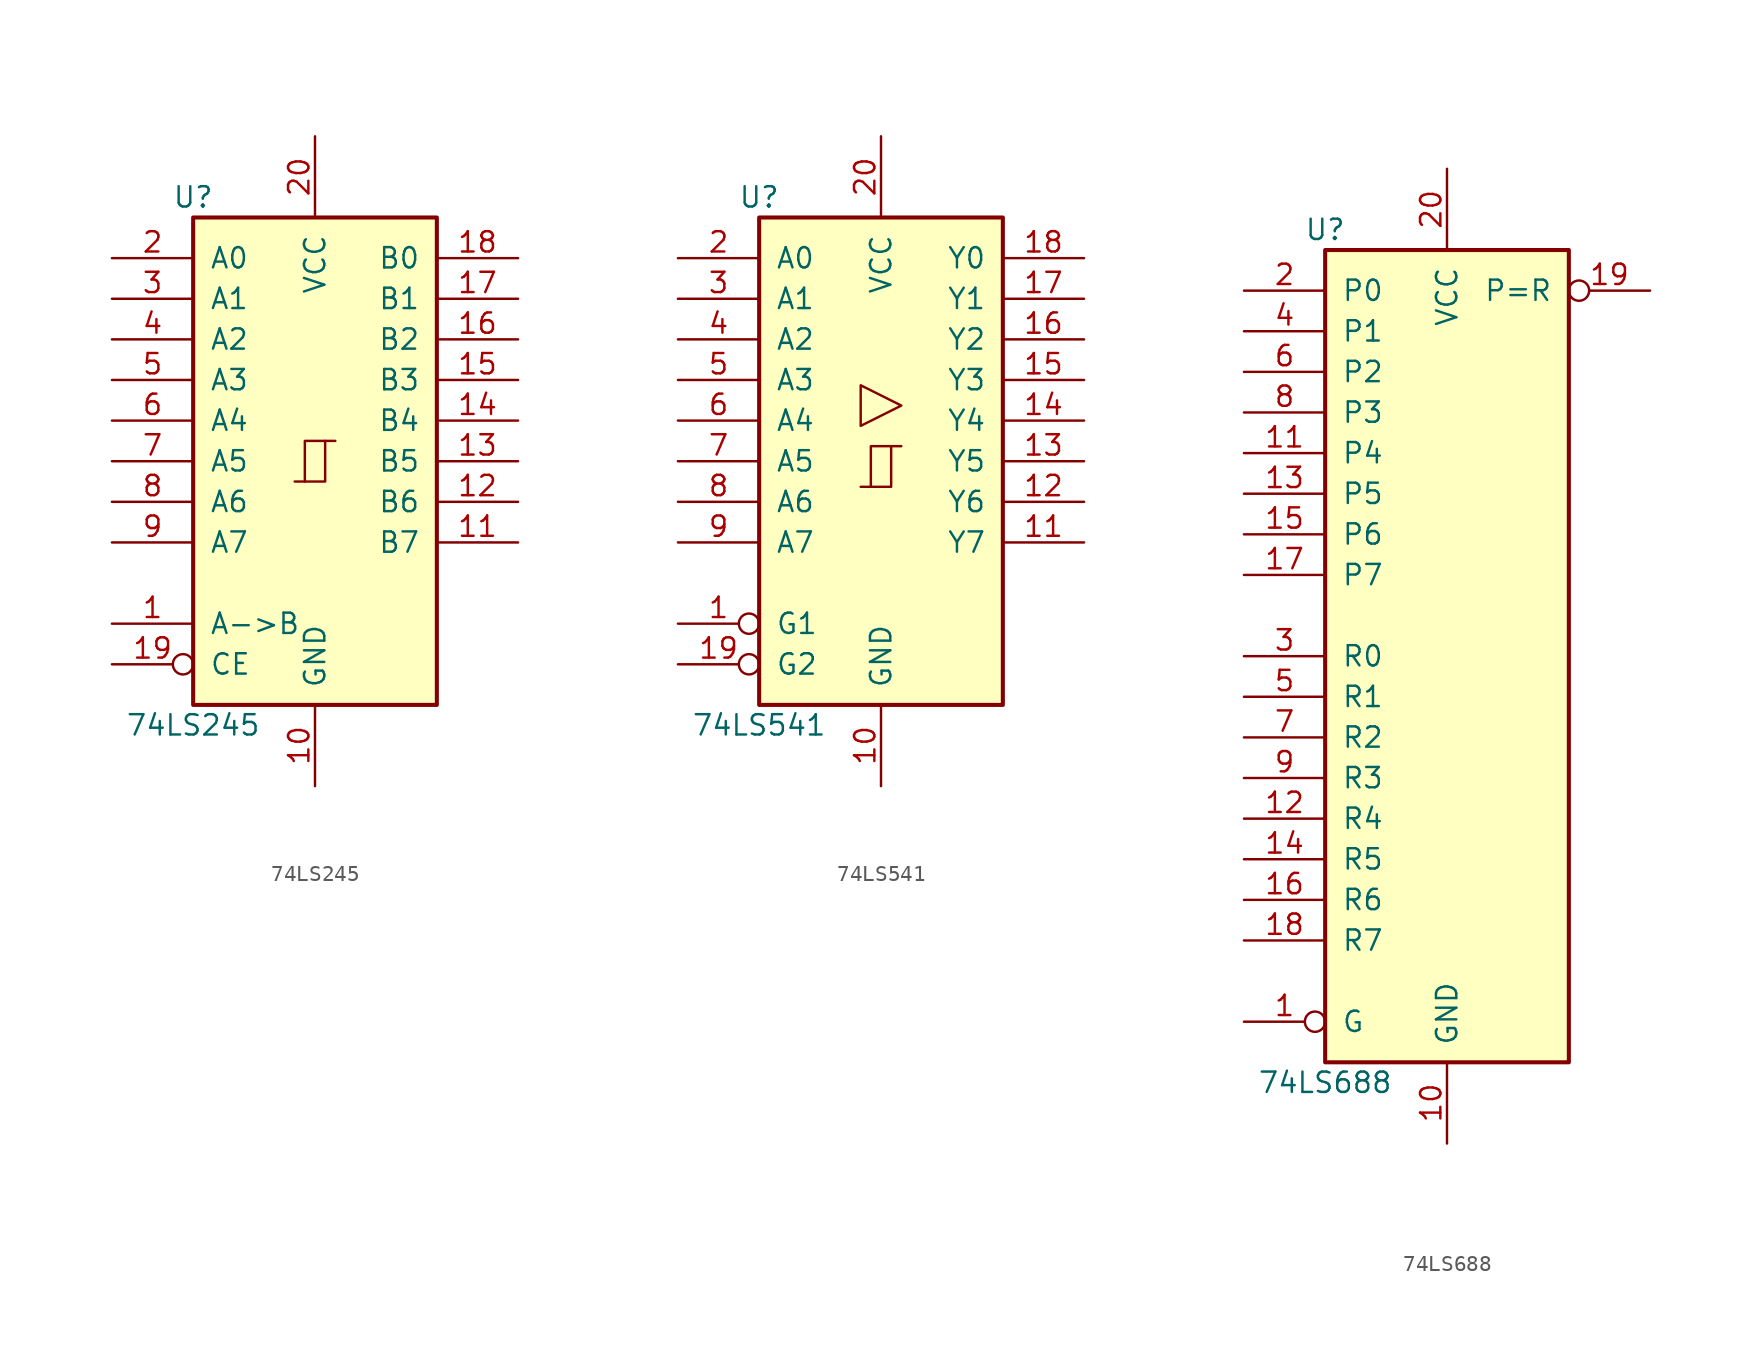
<source format=kicad_sym>
(kicad_symbol_lib
  (version 20241209)
  (generator "kicad_symbol_editor")
  (generator_version "9.0")
  (symbol "74LS245"
    (pin_names
      (offset 1.016))
    (property "Reference" "U"
      (at -7.62 16.51 0)
      (effects (font (size 1.27 1.27))))
    (property "Value" "74LS245"
      (at -7.62 -16.51 0)
      (effects (font (size 1.27 1.27))))
    (property "ki_locked" ""
      (at 0 0 0)
      (effects (font (size 1.27 1.27))))
    (symbol "74LS245_1_0"
      (polyline (pts (xy -1.27 -1.27) (xy 0.635 -1.27) (xy 0.635 1.27) (xy 1.27 1.27)) (stroke (width 0) (type default)) (fill (type none)))
      (polyline (pts (xy -0.635 -1.27) (xy -0.635 1.27) (xy 0.635 1.27)) (stroke (width 0) (type default)) (fill (type none)))
      (pin tri_state line (at -12.7 12.7 0) (length 5.08) (name "A0" (effects (font (size 1.27 1.27)))) (number "2" (effects (font (size 1.27 1.27)))))
      (pin tri_state line (at -12.7 10.16 0) (length 5.08) (name "A1" (effects (font (size 1.27 1.27)))) (number "3" (effects (font (size 1.27 1.27)))))
      (pin tri_state line (at -12.7 7.62 0) (length 5.08) (name "A2" (effects (font (size 1.27 1.27)))) (number "4" (effects (font (size 1.27 1.27)))))
      (pin tri_state line (at -12.7 5.08 0) (length 5.08) (name "A3" (effects (font (size 1.27 1.27)))) (number "5" (effects (font (size 1.27 1.27)))))
      (pin tri_state line (at -12.7 2.54 0) (length 5.08) (name "A4" (effects (font (size 1.27 1.27)))) (number "6" (effects (font (size 1.27 1.27)))))
      (pin tri_state line (at -12.7 0 0) (length 5.08) (name "A5" (effects (font (size 1.27 1.27)))) (number "7" (effects (font (size 1.27 1.27)))))
      (pin tri_state line (at -12.7 -2.54 0) (length 5.08) (name "A6" (effects (font (size 1.27 1.27)))) (number "8" (effects (font (size 1.27 1.27)))))
      (pin tri_state line (at -12.7 -5.08 0) (length 5.08) (name "A7" (effects (font (size 1.27 1.27)))) (number "9" (effects (font (size 1.27 1.27)))))
      (pin input line (at -12.7 -10.16 0) (length 5.08) (name "A->B" (effects (font (size 1.27 1.27)))) (number "1" (effects (font (size 1.27 1.27)))))
      (pin input inverted (at -12.7 -12.7 0) (length 5.08) (name "CE" (effects (font (size 1.27 1.27)))) (number "19" (effects (font (size 1.27 1.27)))))
      (pin power_in line (at 0 20.32 270) (length 5.08) (name "VCC" (effects (font (size 1.27 1.27)))) (number "20" (effects (font (size 1.27 1.27)))))
      (pin power_in line (at 0 -20.32 90) (length 5.08) (name "GND" (effects (font (size 1.27 1.27)))) (number "10" (effects (font (size 1.27 1.27)))))
      (pin tri_state line (at 12.7 12.7 180) (length 5.08) (name "B0" (effects (font (size 1.27 1.27)))) (number "18" (effects (font (size 1.27 1.27)))))
      (pin tri_state line (at 12.7 10.16 180) (length 5.08) (name "B1" (effects (font (size 1.27 1.27)))) (number "17" (effects (font (size 1.27 1.27)))))
      (pin tri_state line (at 12.7 7.62 180) (length 5.08) (name "B2" (effects (font (size 1.27 1.27)))) (number "16" (effects (font (size 1.27 1.27)))))
      (pin tri_state line (at 12.7 5.08 180) (length 5.08) (name "B3" (effects (font (size 1.27 1.27)))) (number "15" (effects (font (size 1.27 1.27)))))
      (pin tri_state line (at 12.7 2.54 180) (length 5.08) (name "B4" (effects (font (size 1.27 1.27)))) (number "14" (effects (font (size 1.27 1.27)))))
      (pin tri_state line (at 12.7 0 180) (length 5.08) (name "B5" (effects (font (size 1.27 1.27)))) (number "13" (effects (font (size 1.27 1.27)))))
      (pin tri_state line (at 12.7 -2.54 180) (length 5.08) (name "B6" (effects (font (size 1.27 1.27)))) (number "12" (effects (font (size 1.27 1.27)))))
      (pin tri_state line (at 12.7 -5.08 180) (length 5.08) (name "B7" (effects (font (size 1.27 1.27)))) (number "11" (effects (font (size 1.27 1.27))))))
    (symbol "74LS245_1_1"
      (rectangle (start -7.62 15.24) (end 7.62 -15.24) (stroke (width 0.254) (type default)) (fill (type background)))))
  (symbol "74LS541"
    (pin_names
      (offset 1.016))
    (property "Reference" "U"
      (at -7.62 16.51 0)
      (effects (font (size 1.27 1.27))))
    (property "Value" "74LS541"
      (at -7.62 -16.51 0)
      (effects (font (size 1.27 1.27))))
    (property "ki_locked" ""
      (at 0 0 0)
      (effects (font (size 1.27 1.27))))
    (symbol "74LS541_1_0"
      (polyline (pts (xy -1.27 -1.6) (xy 0.635 -1.6) (xy 0.635 0.94) (xy 1.27 0.94)) (stroke (width 0) (type default)) (fill (type none)))
      (polyline (pts (xy -0.635 -1.6) (xy -0.635 0.94) (xy 0.635 0.94)) (stroke (width 0) (type default)) (fill (type none)))
      (polyline (pts (xy 1.27 3.48) (xy -1.27 4.75) (xy -1.27 2.21) (xy 1.27 3.48)) (stroke (width 0.152) (type default)) (fill (type none)))
      (pin input line (at -12.7 12.7 0) (length 5.08) (name "A0" (effects (font (size 1.27 1.27)))) (number "2" (effects (font (size 1.27 1.27)))))
      (pin input line (at -12.7 10.16 0) (length 5.08) (name "A1" (effects (font (size 1.27 1.27)))) (number "3" (effects (font (size 1.27 1.27)))))
      (pin input line (at -12.7 7.62 0) (length 5.08) (name "A2" (effects (font (size 1.27 1.27)))) (number "4" (effects (font (size 1.27 1.27)))))
      (pin input line (at -12.7 5.08 0) (length 5.08) (name "A3" (effects (font (size 1.27 1.27)))) (number "5" (effects (font (size 1.27 1.27)))))
      (pin input line (at -12.7 2.54 0) (length 5.08) (name "A4" (effects (font (size 1.27 1.27)))) (number "6" (effects (font (size 1.27 1.27)))))
      (pin input line (at -12.7 0 0) (length 5.08) (name "A5" (effects (font (size 1.27 1.27)))) (number "7" (effects (font (size 1.27 1.27)))))
      (pin input line (at -12.7 -2.54 0) (length 5.08) (name "A6" (effects (font (size 1.27 1.27)))) (number "8" (effects (font (size 1.27 1.27)))))
      (pin input line (at -12.7 -5.08 0) (length 5.08) (name "A7" (effects (font (size 1.27 1.27)))) (number "9" (effects (font (size 1.27 1.27)))))
      (pin input inverted (at -12.7 -10.16 0) (length 5.08) (name "G1" (effects (font (size 1.27 1.27)))) (number "1" (effects (font (size 1.27 1.27)))))
      (pin input inverted (at -12.7 -12.7 0) (length 5.08) (name "G2" (effects (font (size 1.27 1.27)))) (number "19" (effects (font (size 1.27 1.27)))))
      (pin power_in line (at 0 20.32 270) (length 5.08) (name "VCC" (effects (font (size 1.27 1.27)))) (number "20" (effects (font (size 1.27 1.27)))))
      (pin power_in line (at 0 -20.32 90) (length 5.08) (name "GND" (effects (font (size 1.27 1.27)))) (number "10" (effects (font (size 1.27 1.27)))))
      (pin tri_state line (at 12.7 12.7 180) (length 5.08) (name "Y0" (effects (font (size 1.27 1.27)))) (number "18" (effects (font (size 1.27 1.27)))))
      (pin tri_state line (at 12.7 10.16 180) (length 5.08) (name "Y1" (effects (font (size 1.27 1.27)))) (number "17" (effects (font (size 1.27 1.27)))))
      (pin tri_state line (at 12.7 7.62 180) (length 5.08) (name "Y2" (effects (font (size 1.27 1.27)))) (number "16" (effects (font (size 1.27 1.27)))))
      (pin tri_state line (at 12.7 5.08 180) (length 5.08) (name "Y3" (effects (font (size 1.27 1.27)))) (number "15" (effects (font (size 1.27 1.27)))))
      (pin tri_state line (at 12.7 2.54 180) (length 5.08) (name "Y4" (effects (font (size 1.27 1.27)))) (number "14" (effects (font (size 1.27 1.27)))))
      (pin tri_state line (at 12.7 0 180) (length 5.08) (name "Y5" (effects (font (size 1.27 1.27)))) (number "13" (effects (font (size 1.27 1.27)))))
      (pin tri_state line (at 12.7 -2.54 180) (length 5.08) (name "Y6" (effects (font (size 1.27 1.27)))) (number "12" (effects (font (size 1.27 1.27)))))
      (pin tri_state line (at 12.7 -5.08 180) (length 5.08) (name "Y7" (effects (font (size 1.27 1.27)))) (number "11" (effects (font (size 1.27 1.27))))))
    (symbol "74LS541_1_1"
      (rectangle (start -7.62 15.24) (end 7.62 -15.24) (stroke (width 0.254) (type default)) (fill (type background)))))
  (symbol "74LS688"
    (pin_names
      (offset 1.016))
    (property "Reference" "U"
      (at -7.62 26.67 0)
      (effects (font (size 1.27 1.27))))
    (property "Value" "74LS688"
      (at -7.62 -26.67 0)
      (effects (font (size 1.27 1.27))))
    (property "ki_locked" ""
      (at 0 0 0)
      (effects (font (size 1.27 1.27))))
    (symbol "74LS688_1_0"
      (pin input line (at -12.7 22.86 0) (length 5.08) (name "P0" (effects (font (size 1.27 1.27)))) (number "2" (effects (font (size 1.27 1.27)))))
      (pin input line (at -12.7 20.32 0) (length 5.08) (name "P1" (effects (font (size 1.27 1.27)))) (number "4" (effects (font (size 1.27 1.27)))))
      (pin input line (at -12.7 17.78 0) (length 5.08) (name "P2" (effects (font (size 1.27 1.27)))) (number "6" (effects (font (size 1.27 1.27)))))
      (pin input line (at -12.7 15.24 0) (length 5.08) (name "P3" (effects (font (size 1.27 1.27)))) (number "8" (effects (font (size 1.27 1.27)))))
      (pin input line (at -12.7 12.7 0) (length 5.08) (name "P4" (effects (font (size 1.27 1.27)))) (number "11" (effects (font (size 1.27 1.27)))))
      (pin input line (at -12.7 10.16 0) (length 5.08) (name "P5" (effects (font (size 1.27 1.27)))) (number "13" (effects (font (size 1.27 1.27)))))
      (pin input line (at -12.7 7.62 0) (length 5.08) (name "P6" (effects (font (size 1.27 1.27)))) (number "15" (effects (font (size 1.27 1.27)))))
      (pin input line (at -12.7 5.08 0) (length 5.08) (name "P7" (effects (font (size 1.27 1.27)))) (number "17" (effects (font (size 1.27 1.27)))))
      (pin input line (at -12.7 0 0) (length 5.08) (name "R0" (effects (font (size 1.27 1.27)))) (number "3" (effects (font (size 1.27 1.27)))))
      (pin input line (at -12.7 -2.54 0) (length 5.08) (name "R1" (effects (font (size 1.27 1.27)))) (number "5" (effects (font (size 1.27 1.27)))))
      (pin input line (at -12.7 -5.08 0) (length 5.08) (name "R2" (effects (font (size 1.27 1.27)))) (number "7" (effects (font (size 1.27 1.27)))))
      (pin input line (at -12.7 -7.62 0) (length 5.08) (name "R3" (effects (font (size 1.27 1.27)))) (number "9" (effects (font (size 1.27 1.27)))))
      (pin input line (at -12.7 -10.16 0) (length 5.08) (name "R4" (effects (font (size 1.27 1.27)))) (number "12" (effects (font (size 1.27 1.27)))))
      (pin input line (at -12.7 -12.7 0) (length 5.08) (name "R5" (effects (font (size 1.27 1.27)))) (number "14" (effects (font (size 1.27 1.27)))))
      (pin input line (at -12.7 -15.24 0) (length 5.08) (name "R6" (effects (font (size 1.27 1.27)))) (number "16" (effects (font (size 1.27 1.27)))))
      (pin input line (at -12.7 -17.78 0) (length 5.08) (name "R7" (effects (font (size 1.27 1.27)))) (number "18" (effects (font (size 1.27 1.27)))))
      (pin input inverted (at -12.7 -22.86 0) (length 5.08) (name "G" (effects (font (size 1.27 1.27)))) (number "1" (effects (font (size 1.27 1.27)))))
      (pin power_in line (at 0 30.48 270) (length 5.08) (name "VCC" (effects (font (size 1.27 1.27)))) (number "20" (effects (font (size 1.27 1.27)))))
      (pin power_in line (at 0 -30.48 90) (length 5.08) (name "GND" (effects (font (size 1.27 1.27)))) (number "10" (effects (font (size 1.27 1.27)))))
      (pin output inverted (at 12.7 22.86 180) (length 5.08) (name "P=R" (effects (font (size 1.27 1.27)))) (number "19" (effects (font (size 1.27 1.27))))))
    (symbol "74LS688_1_1"
      (rectangle (start -7.62 25.4) (end 7.62 -25.4) (stroke (width 0.254) (type default)) (fill (type background))))))
</source>
